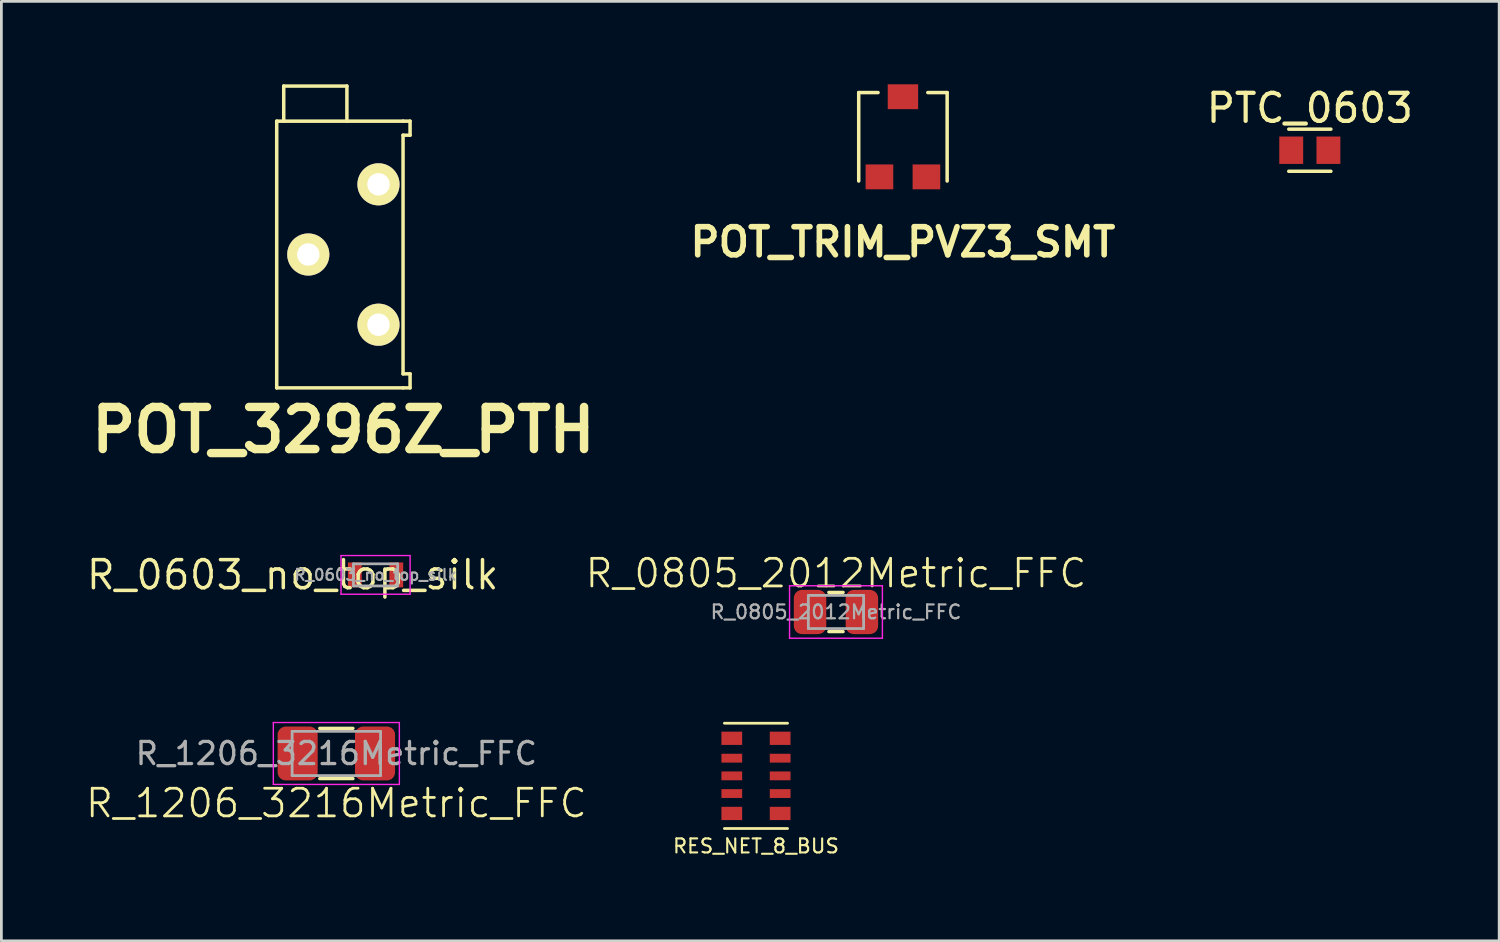
<source format=kicad_pcb>
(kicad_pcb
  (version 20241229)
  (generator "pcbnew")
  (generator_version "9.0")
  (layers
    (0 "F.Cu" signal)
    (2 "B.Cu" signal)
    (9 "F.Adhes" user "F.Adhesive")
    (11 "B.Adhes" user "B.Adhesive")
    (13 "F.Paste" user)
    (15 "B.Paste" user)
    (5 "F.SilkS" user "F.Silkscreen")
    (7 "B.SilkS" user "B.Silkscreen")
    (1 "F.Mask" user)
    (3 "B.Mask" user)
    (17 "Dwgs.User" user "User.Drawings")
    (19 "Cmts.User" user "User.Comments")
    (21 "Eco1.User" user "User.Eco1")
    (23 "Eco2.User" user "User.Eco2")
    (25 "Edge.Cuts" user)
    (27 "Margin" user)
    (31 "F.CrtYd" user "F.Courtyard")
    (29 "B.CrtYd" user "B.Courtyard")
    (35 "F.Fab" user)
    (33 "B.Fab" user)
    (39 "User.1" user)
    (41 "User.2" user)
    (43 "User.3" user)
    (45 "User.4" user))
  (footprint "POT_TRIM_PVZ3_SMT"
    (layer "F.Cu")
    (at 29.624 1.9)
    (property "Reference" "POT_TRIM_PVZ3_SMT" (at 0 3.81 0) (layer "F.SilkS") (effects (font (size 1.016 1.016) (thickness 0.203))))
    (attr through_hole)
    (fp_line (start -1.6 -1.6) (end -1.6 1.6) (stroke (width 0.127) (type solid)) (layer "F.SilkS"))
    (fp_line (start -1.6 -1.6) (end -0.9 -1.6) (stroke (width 0.127) (type solid)) (layer "F.SilkS"))
    (fp_line (start 0.9 -1.6) (end 1.6 -1.6) (stroke (width 0.127) (type solid)) (layer "F.SilkS"))
    (fp_line (start 1.6 -1.6) (end 1.6 1.6) (stroke (width 0.127) (type solid)) (layer "F.SilkS"))
    (pad "1" smd rect (at -0.85 1.9) (size 1 0.9) (drill (offset 0 -0.45)) (layers "F.Cu" "F.Mask" "F.Paste"))
    (pad "2" smd rect (at 0 -1.9) (size 1.1 0.9) (drill (offset 0 0.45)) (layers "F.Cu" "F.Mask" "F.Paste"))
    (pad "3" smd rect (at 0.85 1.9) (size 1 0.9) (drill (offset 0 -0.45)) (layers "F.Cu" "F.Mask" "F.Paste")))
  (footprint "R_1206_3216Metric_FFC"
    (layer "F.Cu")
    (at 9.121 24.216)
    (property "Reference" "R_1206_3216Metric_FFC" (at 0 1.8 0) (layer "F.SilkS") (effects (font (size 1 1) (thickness 0.1))))
    (attr smd)
    (fp_line (start -0.602 -0.91) (end 0.602 -0.91) (stroke (width 0.12) (type solid)) (layer "F.SilkS"))
    (fp_line (start -0.602 0.91) (end 0.602 0.91) (stroke (width 0.12) (type solid)) (layer "F.SilkS"))
    (fp_line (start -2.28 -1.12) (end 2.28 -1.12) (stroke (width 0.05) (type solid)) (layer "F.CrtYd"))
    (fp_line (start -2.28 1.12) (end -2.28 -1.12) (stroke (width 0.05) (type solid)) (layer "F.CrtYd"))
    (fp_line (start 2.28 -1.12) (end 2.28 1.12) (stroke (width 0.05) (type solid)) (layer "F.CrtYd"))
    (fp_line (start 2.28 1.12) (end -2.28 1.12) (stroke (width 0.05) (type solid)) (layer "F.CrtYd"))
    (fp_line (start -1.6 -0.8) (end 1.6 -0.8) (stroke (width 0.1) (type solid)) (layer "F.Fab"))
    (fp_line (start -1.6 0.8) (end -1.6 -0.8) (stroke (width 0.1) (type solid)) (layer "F.Fab"))
    (fp_line (start 1.6 -0.8) (end 1.6 0.8) (stroke (width 0.1) (type solid)) (layer "F.Fab"))
    (fp_line (start 1.6 0.8) (end -1.6 0.8) (stroke (width 0.1) (type solid)) (layer "F.Fab"))
    (fp_text user "${REFERENCE}" (at 0 0 0) (layer "F.Fab") (effects (font (size 0.8 0.8) (thickness 0.12))))
    (pad "1" smd roundrect (at -1.4 0) (size 1.45 1.95) (layers "F.Cu" "F.Mask" "F.Paste") (roundrect_rratio 0.2))
    (pad "2" smd roundrect (at 1.4 0) (size 1.45 1.95) (layers "F.Cu" "F.Mask" "F.Paste") (roundrect_rratio 0.2)))
  (footprint "R_0805_2012Metric_FFC"
    (layer "F.Cu")
    (at 27.201 19.096)
    (property "Reference" "R_0805_2012Metric_FFC" (at 0 -1.4 0) (layer "F.SilkS") (effects (font (size 1 1) (thickness 0.1))))
    (attr smd)
    (fp_line (start -0.259 -0.71) (end 0.259 -0.71) (stroke (width 0.12) (type solid)) (layer "F.SilkS"))
    (fp_line (start -0.259 0.71) (end 0.259 0.71) (stroke (width 0.12) (type solid)) (layer "F.SilkS"))
    (fp_line (start -1.68 -0.95) (end 1.68 -0.95) (stroke (width 0.05) (type solid)) (layer "F.CrtYd"))
    (fp_line (start -1.68 0.95) (end -1.68 -0.95) (stroke (width 0.05) (type solid)) (layer "F.CrtYd"))
    (fp_line (start 1.68 -0.95) (end 1.68 0.95) (stroke (width 0.05) (type solid)) (layer "F.CrtYd"))
    (fp_line (start 1.68 0.95) (end -1.68 0.95) (stroke (width 0.05) (type solid)) (layer "F.CrtYd"))
    (fp_line (start -1 -0.6) (end 1 -0.6) (stroke (width 0.1) (type solid)) (layer "F.Fab"))
    (fp_line (start -1 0.6) (end -1 -0.6) (stroke (width 0.1) (type solid)) (layer "F.Fab"))
    (fp_line (start 1 -0.6) (end 1 0.6) (stroke (width 0.1) (type solid)) (layer "F.Fab"))
    (fp_line (start 1 0.6) (end -1 0.6) (stroke (width 0.1) (type solid)) (layer "F.Fab"))
    (fp_text user "${REFERENCE}" (at 0 0 0) (layer "F.Fab") (effects (font (size 0.5 0.5) (thickness 0.08))))
    (pad "1" smd roundrect (at -0.938 0) (size 1.175 1.6) (layers "F.Cu" "F.Mask" "F.Paste") (roundrect_rratio 0.25))
    (pad "2" smd roundrect (at 0.938 0) (size 1.175 1.6) (layers "F.Cu" "F.Mask" "F.Paste") (roundrect_rratio 0.25)))
  (footprint "RES_NET_8_BUS"
    (layer "F.Cu")
    (at 24.306 25.026)
    (property "Reference" "RES_NET_8_BUS" (at 0 2.54 0) (layer "F.SilkS") (effects (font (size 0.508 0.508) (thickness 0.076))))
    (attr through_hole)
    (fp_line (start -1.143 -1.905) (end 1.143 -1.905) (stroke (width 0.1) (type solid)) (layer "F.SilkS"))
    (fp_line (start -1.143 1.905) (end 1.143 1.905) (stroke (width 0.1) (type solid)) (layer "F.SilkS"))
    (pad "B1" smd rect (at -0.875 1.36 90) (size 0.48 0.75) (layers "F.Cu" "F.Mask" "F.Paste"))
    (pad "B2" smd rect (at 0.875 -1.36 90) (size 0.48 0.75) (layers "F.Cu" "F.Mask" "F.Paste"))
    (pad "R1" smd rect (at -0.875 0.64 90) (size 0.32 0.75) (layers "F.Cu" "F.Mask" "F.Paste"))
    (pad "R2" smd rect (at -0.875 0 90) (size 0.32 0.75) (layers "F.Cu" "F.Mask" "F.Paste"))
    (pad "R3" smd rect (at -0.875 -0.64 90) (size 0.32 0.75) (layers "F.Cu" "F.Mask" "F.Paste"))
    (pad "R4" smd rect (at -0.875 -1.36 90) (size 0.48 0.75) (layers "F.Cu" "F.Mask" "F.Paste"))
    (pad "R5" smd rect (at 0.875 1.36 90) (size 0.48 0.75) (layers "F.Cu" "F.Mask" "F.Paste"))
    (pad "R6" smd rect (at 0.875 0.64 90) (size 0.32 0.75) (layers "F.Cu" "F.Mask" "F.Paste"))
    (pad "R7" smd rect (at 0.875 0 90) (size 0.32 0.75) (layers "F.Cu" "F.Mask" "F.Paste"))
    (pad "R8" smd rect (at 0.875 -0.64 90) (size 0.32 0.75) (layers "F.Cu" "F.Mask" "F.Paste")))
  (footprint "PTC_0603"
    (layer "F.Cu")
    (at 44.348 2.386)
    (property "Reference" "PTC_0603" (at 0 -1.524 0) (layer "F.SilkS") (effects (font (size 1.016 1.016) (thickness 0.152))))
    (attr smd)
    (fp_line (start -0.762 -0.762) (end 0.762 -0.762) (stroke (width 0.127) (type solid)) (layer "F.SilkS"))
    (fp_line (start -0.762 0.762) (end 0.762 0.762) (stroke (width 0.127) (type solid)) (layer "F.SilkS"))
    (pad "1" smd rect (at -0.673 0) (size 0.864 0.991) (layers "F.Cu" "F.Mask" "F.Paste"))
    (pad "2" smd rect (at 0.673 0) (size 0.864 0.991) (layers "F.Cu" "F.Mask" "F.Paste")))
  (footprint "POT_3296Z_PTH"
    (layer "F.Cu")
    (at 9.376 6.16)
    (property "Reference" "POT_3296Z_PTH" (at 0 6.35 0) (layer "F.SilkS") (effects (font (size 1.524 1.524) (thickness 0.305))))
    (attr through_hole)
    (fp_line (start -2.413 -4.826) (end -2.413 4.826) (stroke (width 0.127) (type solid)) (layer "F.SilkS"))
    (fp_line (start -2.413 4.826) (end 2.159 4.826) (stroke (width 0.127) (type solid)) (layer "F.SilkS"))
    (fp_line (start -2.159 -6.096) (end -2.159 -4.826) (stroke (width 0.127) (type solid)) (layer "F.SilkS"))
    (fp_line (start -2.159 -6.096) (end 0.127 -6.096) (stroke (width 0.127) (type solid)) (layer "F.SilkS"))
    (fp_line (start 0.127 -6.096) (end 0.127 -4.826) (stroke (width 0.127) (type solid)) (layer "F.SilkS"))
    (fp_line (start 2.159 -4.826) (end -2.413 -4.826) (stroke (width 0.127) (type solid)) (layer "F.SilkS"))
    (fp_line (start 2.159 -4.826) (end 2.413 -4.826) (stroke (width 0.127) (type solid)) (layer "F.SilkS"))
    (fp_line (start 2.159 -4.318) (end 2.159 4.318) (stroke (width 0.127) (type solid)) (layer "F.SilkS"))
    (fp_line (start 2.159 4.826) (end 2.413 4.826) (stroke (width 0.127) (type solid)) (layer "F.SilkS"))
    (fp_line (start 2.413 -4.826) (end 2.413 -4.318) (stroke (width 0.127) (type solid)) (layer "F.SilkS"))
    (fp_line (start 2.413 -4.318) (end 2.159 -4.318) (stroke (width 0.127) (type solid)) (layer "F.SilkS"))
    (fp_line (start 2.413 4.318) (end 2.159 4.318) (stroke (width 0.127) (type solid)) (layer "F.SilkS"))
    (fp_line (start 2.413 4.826) (end 2.413 4.318) (stroke (width 0.127) (type solid)) (layer "F.SilkS"))
    (pad "1" thru_hole circle (at 1.27 2.54) (size 1.524 1.524) (drill 0.813) (layers "*.Cu" "*.Mask" "F.SilkS"))
    (pad "2" thru_hole circle (at -1.27 0) (size 1.524 1.524) (drill 0.813) (layers "*.Cu" "*.Mask" "F.SilkS"))
    (pad "3" thru_hole circle (at 1.27 -2.54) (size 1.524 1.524) (drill 0.813) (layers "*.Cu" "*.Mask" "F.SilkS")))
  (footprint "R_0603_no_top_silk"
    (layer "F.Cu")
    (at 10.54 17.753)
    (property "Reference" "R_0603_no_top_silk" (at -3 0 0) (layer "F.SilkS") (effects (font (size 1.016 1.016) (thickness 0.127))))
    (attr smd)
    (fp_line (start -1.25 -0.7) (end -1.25 0.7) (stroke (width 0.05) (type solid)) (layer "F.CrtYd"))
    (fp_line (start -1.25 -0.7) (end 1.25 -0.7) (stroke (width 0.05) (type solid)) (layer "F.CrtYd"))
    (fp_line (start 1.25 0.7) (end -1.25 0.7) (stroke (width 0.05) (type solid)) (layer "F.CrtYd"))
    (fp_line (start 1.25 0.7) (end 1.25 -0.7) (stroke (width 0.05) (type solid)) (layer "F.CrtYd"))
    (fp_line (start -0.8 -0.4) (end 0.8 -0.4) (stroke (width 0.1) (type solid)) (layer "F.Fab"))
    (fp_line (start -0.8 0.4) (end -0.8 -0.4) (stroke (width 0.1) (type solid)) (layer "F.Fab"))
    (fp_line (start 0.8 -0.4) (end 0.8 0.4) (stroke (width 0.1) (type solid)) (layer "F.Fab"))
    (fp_line (start 0.8 0.4) (end -0.8 0.4) (stroke (width 0.1) (type solid)) (layer "F.Fab"))
    (fp_text user "${REFERENCE}" (at 0 0 0) (layer "F.Fab") (effects (font (size 0.4 0.4) (thickness 0.075))))
    (pad "1" smd rect (at -0.75 0) (size 0.5 0.9) (layers "F.Cu" "F.Mask" "F.Paste"))
    (pad "2" smd rect (at 0.75 0) (size 0.5 0.9) (layers "F.Cu" "F.Mask" "F.Paste")))
  (gr_rect
    (start -3 -3)
    (end 51.2 30.997)
    (stroke (width 0.1) (type default))
    (fill no)
    (layer "Edge.Cuts")))
</source>
